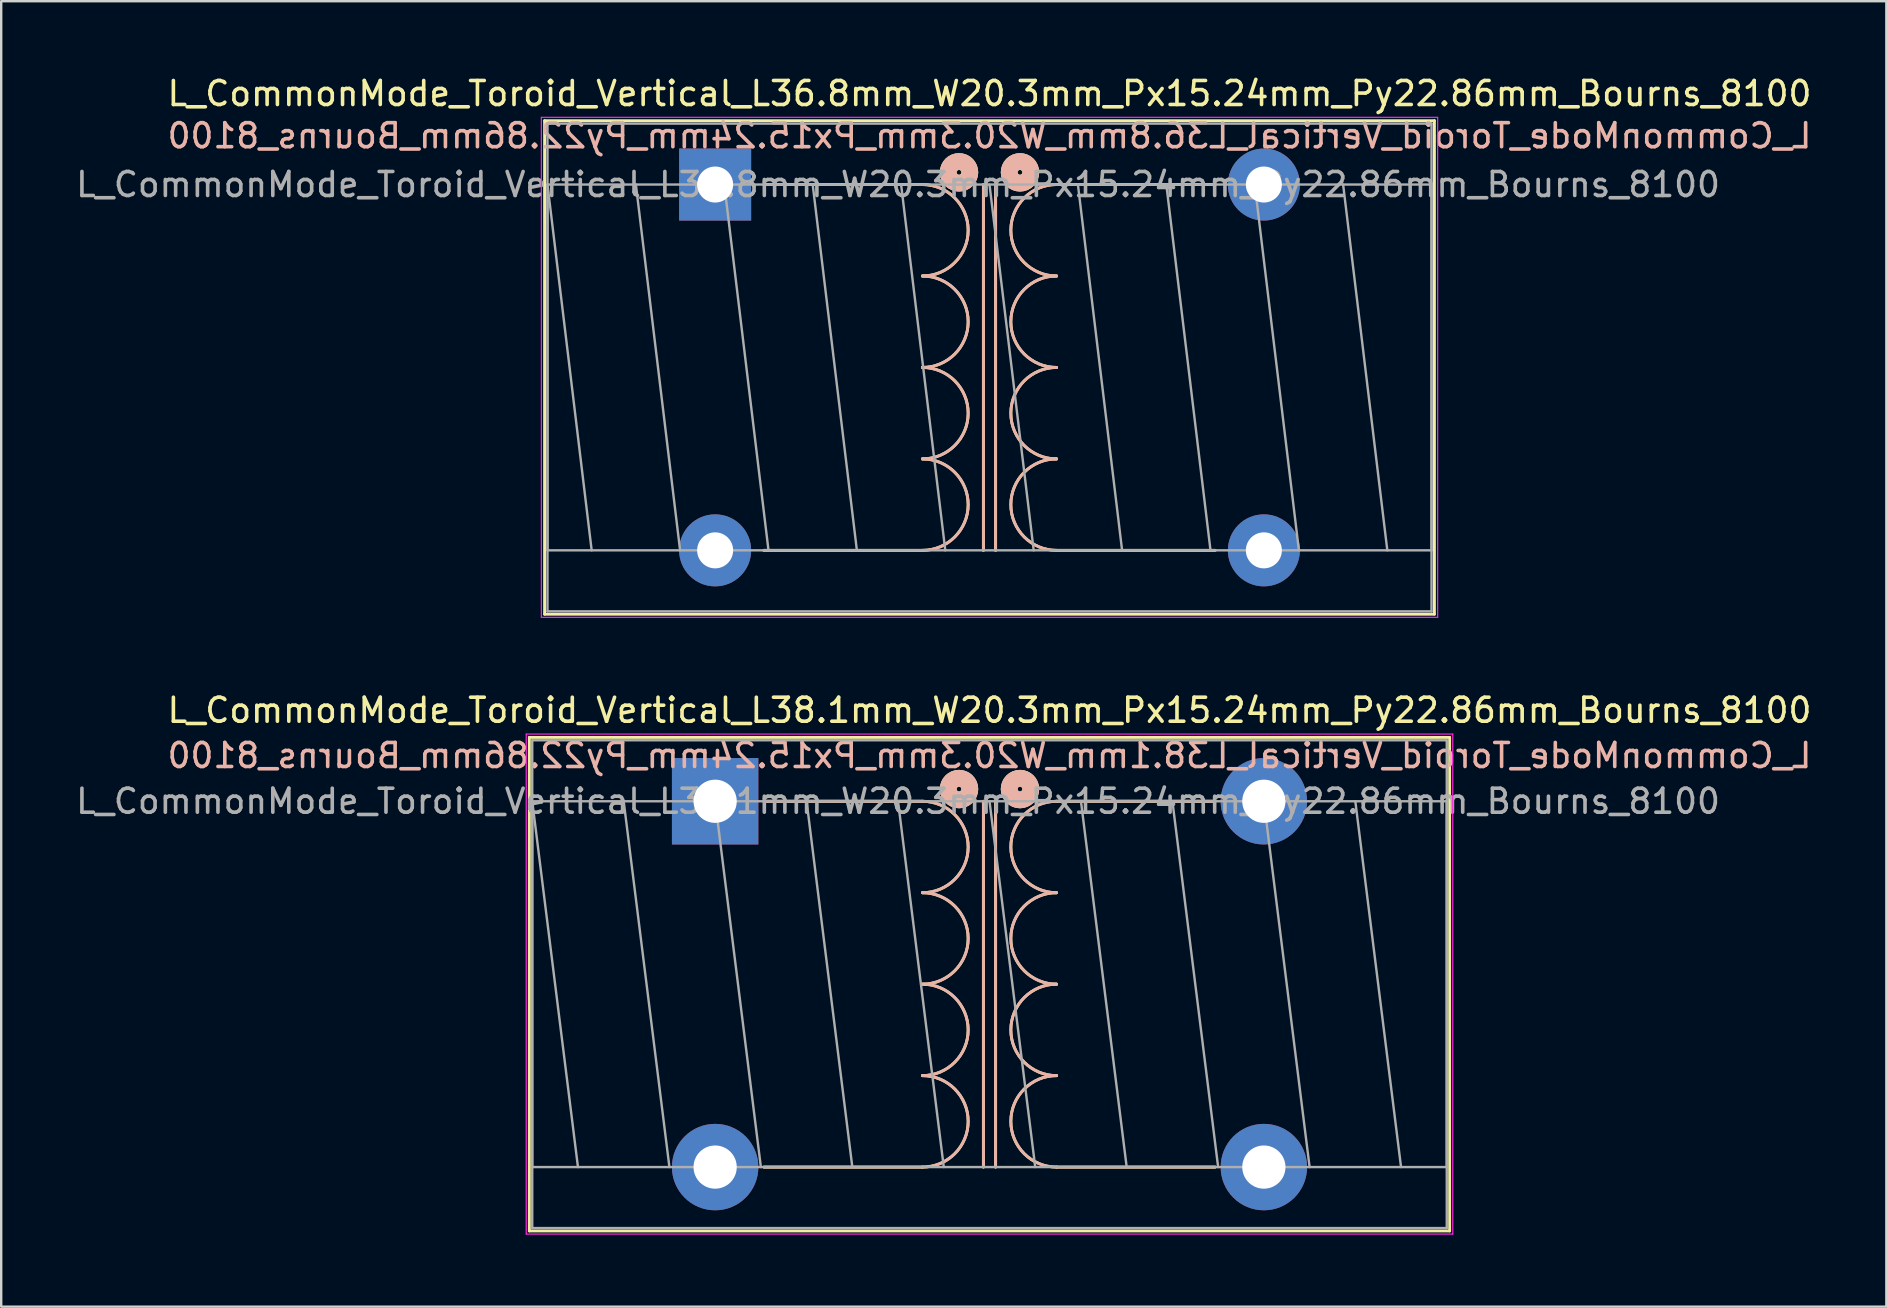
<source format=kicad_pcb>
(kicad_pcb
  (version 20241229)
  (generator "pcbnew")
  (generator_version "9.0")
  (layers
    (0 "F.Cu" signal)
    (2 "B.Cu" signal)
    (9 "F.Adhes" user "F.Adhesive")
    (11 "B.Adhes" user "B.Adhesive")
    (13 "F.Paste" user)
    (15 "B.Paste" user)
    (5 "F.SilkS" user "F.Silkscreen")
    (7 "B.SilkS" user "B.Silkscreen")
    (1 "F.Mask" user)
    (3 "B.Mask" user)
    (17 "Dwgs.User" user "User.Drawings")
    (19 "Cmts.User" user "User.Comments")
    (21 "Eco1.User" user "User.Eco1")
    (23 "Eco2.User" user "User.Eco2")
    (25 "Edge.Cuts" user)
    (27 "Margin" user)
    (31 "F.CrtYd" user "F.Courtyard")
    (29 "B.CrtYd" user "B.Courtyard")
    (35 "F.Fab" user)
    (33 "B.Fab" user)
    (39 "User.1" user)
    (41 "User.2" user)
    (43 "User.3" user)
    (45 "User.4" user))
  (footprint "L_CommonMode_Toroid_Vertical_L36.8mm_W20.3mm_Px15.24mm_Py22.86mm_Bourns_8100"
    (layer "F.Cu")
    (at 26.743 4.638)
    (property "Reference" "L_CommonMode_Toroid_Vertical_L36.8mm_W20.3mm_Px15.24mm_Py22.86mm_Bourns_8100" (at 11.43 -3.79 0) (layer "F.SilkS") (effects (font (size 1 1) (thickness 0.15))))
    (fp_line (start -7.105 -2.66) (end -7.105 17.9) (stroke (width 0.12) (type solid)) (layer "F.SilkS"))
    (fp_line (start -7.105 -2.66) (end 29.965 -2.66) (stroke (width 0.12) (type solid)) (layer "F.SilkS"))
    (fp_line (start -7.105 17.9) (end 29.965 17.9) (stroke (width 0.12) (type solid)) (layer "F.SilkS"))
    (fp_line (start 2.032 0) (end 8.636 0) (stroke (width 0.12) (type solid)) (layer "F.SilkS"))
    (fp_line (start 2.032 15.24) (end 8.636 15.24) (stroke (width 0.12) (type solid)) (layer "F.SilkS"))
    (fp_line (start 11.176 0) (end 11.176 15.24) (stroke (width 0.12) (type solid)) (layer "F.SilkS"))
    (fp_line (start 11.684 15.24) (end 11.684 0) (stroke (width 0.12) (type solid)) (layer "F.SilkS"))
    (fp_line (start 20.828 0) (end 14.224 0) (stroke (width 0.12) (type solid)) (layer "F.SilkS"))
    (fp_line (start 20.828 15.24) (end 14.224 15.24) (stroke (width 0.12) (type solid)) (layer "F.SilkS"))
    (fp_line (start 29.965 -2.66) (end 29.965 17.9) (stroke (width 0.12) (type solid)) (layer "F.SilkS"))
    (fp_arc (start 8.636 0) (mid 10.541 1.905) (end 8.636 3.81) (stroke (width 0.12) (type solid)) (layer "F.SilkS"))
    (fp_arc (start 8.636 3.81) (mid 10.541 5.715) (end 8.636 7.62) (stroke (width 0.12) (type solid)) (layer "F.SilkS"))
    (fp_arc (start 8.636 7.62) (mid 10.541 9.525) (end 8.636 11.43) (stroke (width 0.12) (type solid)) (layer "F.SilkS"))
    (fp_arc (start 8.636 11.43) (mid 10.541 13.335) (end 8.636 15.24) (stroke (width 0.12) (type solid)) (layer "F.SilkS"))
    (fp_arc (start 14.224 3.81) (mid 12.319 1.905) (end 14.224 0) (stroke (width 0.12) (type solid)) (layer "F.SilkS"))
    (fp_arc (start 14.224 7.62) (mid 12.319 5.715) (end 14.224 3.81) (stroke (width 0.12) (type solid)) (layer "F.SilkS"))
    (fp_arc (start 14.224 11.43) (mid 12.319 9.525) (end 14.224 7.62) (stroke (width 0.12) (type solid)) (layer "F.SilkS"))
    (fp_arc (start 14.224 15.24) (mid 12.319 13.335) (end 14.224 11.43) (stroke (width 0.12) (type solid)) (layer "F.SilkS"))
    (fp_circle (center 10.16 -0.508) (end 10.26 -0.508) (stroke (width 0.7) (type solid)) (fill no) (layer "F.SilkS"))
    (fp_circle (center 12.7 -0.508) (end 12.8 -0.508) (stroke (width 0.7) (type solid)) (fill no) (layer "F.SilkS"))
    (fp_line (start 2.032 0) (end 8.636 0) (stroke (width 0.12) (type solid)) (layer "B.SilkS"))
    (fp_line (start 2.032 15.24) (end 8.636 15.24) (stroke (width 0.12) (type solid)) (layer "B.SilkS"))
    (fp_line (start 11.176 15.24) (end 11.176 0) (stroke (width 0.12) (type solid)) (layer "B.SilkS"))
    (fp_line (start 11.684 0) (end 11.684 15.24) (stroke (width 0.12) (type solid)) (layer "B.SilkS"))
    (fp_line (start 20.828 0) (end 14.224 0) (stroke (width 0.12) (type solid)) (layer "B.SilkS"))
    (fp_line (start 20.828 15.24) (end 14.224 15.24) (stroke (width 0.12) (type solid)) (layer "B.SilkS"))
    (fp_arc (start 8.636 0) (mid 10.541 1.905) (end 8.636 3.81) (stroke (width 0.12) (type solid)) (layer "B.SilkS"))
    (fp_arc (start 8.636 3.81) (mid 10.541 5.715) (end 8.636 7.62) (stroke (width 0.12) (type solid)) (layer "B.SilkS"))
    (fp_arc (start 8.636 7.62) (mid 10.541 9.525) (end 8.636 11.43) (stroke (width 0.12) (type solid)) (layer "B.SilkS"))
    (fp_arc (start 8.636 11.43) (mid 10.541 13.335) (end 8.636 15.24) (stroke (width 0.12) (type solid)) (layer "B.SilkS"))
    (fp_arc (start 14.224 3.81) (mid 12.319 1.905) (end 14.224 0) (stroke (width 0.12) (type solid)) (layer "B.SilkS"))
    (fp_arc (start 14.224 7.62) (mid 12.319 5.715) (end 14.224 3.81) (stroke (width 0.12) (type solid)) (layer "B.SilkS"))
    (fp_arc (start 14.224 11.43) (mid 12.319 9.525) (end 14.224 7.62) (stroke (width 0.12) (type solid)) (layer "B.SilkS"))
    (fp_arc (start 14.224 15.24) (mid 12.319 13.335) (end 14.224 11.43) (stroke (width 0.12) (type solid)) (layer "B.SilkS"))
    (fp_circle (center 10.16 -0.508) (end 10.06 -0.508) (stroke (width 0.7) (type solid)) (fill no) (layer "B.SilkS"))
    (fp_circle (center 12.7 -0.508) (end 12.6 -0.508) (stroke (width 0.7) (type solid)) (fill no) (layer "B.SilkS"))
    (fp_line (start -7.24 -2.8) (end -7.24 18.03) (stroke (width 0.05) (type solid)) (layer "F.CrtYd"))
    (fp_line (start -7.24 18.03) (end 30.1 18.03) (stroke (width 0.05) (type solid)) (layer "F.CrtYd"))
    (fp_line (start 30.1 -2.8) (end -7.24 -2.8) (stroke (width 0.05) (type solid)) (layer "F.CrtYd"))
    (fp_line (start 30.1 18.03) (end 30.1 -2.8) (stroke (width 0.05) (type solid)) (layer "F.CrtYd"))
    (fp_line (start -6.985 -2.54) (end -6.985 17.78) (stroke (width 0.1) (type solid)) (layer "F.Fab"))
    (fp_line (start -6.985 0) (end -6.985 15.24) (stroke (width 0.1) (type solid)) (layer "F.Fab"))
    (fp_line (start -6.985 0) (end -5.144 15.24) (stroke (width 0.1) (type solid)) (layer "F.Fab"))
    (fp_line (start -6.985 15.24) (end 29.845 15.24) (stroke (width 0.1) (type solid)) (layer "F.Fab"))
    (fp_line (start -6.985 17.78) (end 29.845 17.78) (stroke (width 0.1) (type solid)) (layer "F.Fab"))
    (fp_line (start -3.302 0) (end -1.46 15.24) (stroke (width 0.1) (type solid)) (layer "F.Fab"))
    (fp_line (start 0.381 0) (end 2.223 15.24) (stroke (width 0.1) (type solid)) (layer "F.Fab"))
    (fp_line (start 4.064 0) (end 5.905 15.24) (stroke (width 0.1) (type solid)) (layer "F.Fab"))
    (fp_line (start 7.747 0) (end 9.588 15.24) (stroke (width 0.1) (type solid)) (layer "F.Fab"))
    (fp_line (start 11.43 0) (end 13.271 15.24) (stroke (width 0.1) (type solid)) (layer "F.Fab"))
    (fp_line (start 15.113 0) (end 16.954 15.24) (stroke (width 0.1) (type solid)) (layer "F.Fab"))
    (fp_line (start 18.796 0) (end 20.637 15.24) (stroke (width 0.1) (type solid)) (layer "F.Fab"))
    (fp_line (start 22.479 0) (end 24.32 15.24) (stroke (width 0.1) (type solid)) (layer "F.Fab"))
    (fp_line (start 26.162 0) (end 28.003 15.24) (stroke (width 0.1) (type solid)) (layer "F.Fab"))
    (fp_line (start 29.845 -2.54) (end -6.985 -2.54) (stroke (width 0.1) (type solid)) (layer "F.Fab"))
    (fp_line (start 29.845 0) (end -6.985 0) (stroke (width 0.1) (type solid)) (layer "F.Fab"))
    (fp_line (start 29.845 15.24) (end 29.845 0) (stroke (width 0.1) (type solid)) (layer "F.Fab"))
    (fp_line (start 29.845 17.78) (end 29.845 -2.54) (stroke (width 0.1) (type solid)) (layer "F.Fab"))
    (fp_text user "${REFERENCE}" (at 11.43 -2.032 0) (layer "B.SilkS") (effects (font (size 1 1) (thickness 0.15)) (justify mirror)))
    (fp_text user "${REFERENCE}" (at 7.62 0 0) (layer "F.Fab") (effects (font (size 1 1) (thickness 0.15))))
    (pad "1" thru_hole rect (at 0 0) (size 3 3) (drill 1.5) (layers "*.Cu" "*.Mask"))
    (pad "2" thru_hole circle (at 0 15.24) (size 3 3) (drill 1.5) (layers "*.Cu" "*.Mask"))
    (pad "3" thru_hole circle (at 22.86 15.24) (size 3 3) (drill 1.5) (layers "*.Cu" "*.Mask"))
    (pad "4" thru_hole circle (at 22.86 0) (size 3 3) (drill 1.5) (layers "*.Cu" "*.Mask")))
  (footprint "L_CommonMode_Toroid_Vertical_L38.1mm_W20.3mm_Px15.24mm_Py22.86mm_Bourns_8100"
    (layer "F.Cu")
    (at 26.743 30.331)
    (property "Reference" "L_CommonMode_Toroid_Vertical_L38.1mm_W20.3mm_Px15.24mm_Py22.86mm_Bourns_8100" (at 11.43 -3.79 0) (layer "F.SilkS") (effects (font (size 1 1) (thickness 0.15))))
    (fp_line (start -7.74 -2.66) (end -7.74 17.9) (stroke (width 0.12) (type solid)) (layer "F.SilkS"))
    (fp_line (start -7.74 -2.66) (end 30.6 -2.66) (stroke (width 0.12) (type solid)) (layer "F.SilkS"))
    (fp_line (start -7.74 17.9) (end 30.6 17.9) (stroke (width 0.12) (type solid)) (layer "F.SilkS"))
    (fp_line (start 2.032 0) (end 8.636 0) (stroke (width 0.12) (type solid)) (layer "F.SilkS"))
    (fp_line (start 2.032 15.24) (end 8.636 15.24) (stroke (width 0.12) (type solid)) (layer "F.SilkS"))
    (fp_line (start 11.176 0) (end 11.176 15.24) (stroke (width 0.12) (type solid)) (layer "F.SilkS"))
    (fp_line (start 11.684 15.24) (end 11.684 0) (stroke (width 0.12) (type solid)) (layer "F.SilkS"))
    (fp_line (start 20.828 0) (end 14.224 0) (stroke (width 0.12) (type solid)) (layer "F.SilkS"))
    (fp_line (start 20.828 15.24) (end 14.224 15.24) (stroke (width 0.12) (type solid)) (layer "F.SilkS"))
    (fp_line (start 30.6 -2.66) (end 30.6 17.9) (stroke (width 0.12) (type solid)) (layer "F.SilkS"))
    (fp_arc (start 8.636 0) (mid 10.541 1.905) (end 8.636 3.81) (stroke (width 0.12) (type solid)) (layer "F.SilkS"))
    (fp_arc (start 8.636 3.81) (mid 10.541 5.715) (end 8.636 7.62) (stroke (width 0.12) (type solid)) (layer "F.SilkS"))
    (fp_arc (start 8.636 7.62) (mid 10.541 9.525) (end 8.636 11.43) (stroke (width 0.12) (type solid)) (layer "F.SilkS"))
    (fp_arc (start 8.636 11.43) (mid 10.541 13.335) (end 8.636 15.24) (stroke (width 0.12) (type solid)) (layer "F.SilkS"))
    (fp_arc (start 14.224 3.81) (mid 12.319 1.905) (end 14.224 0) (stroke (width 0.12) (type solid)) (layer "F.SilkS"))
    (fp_arc (start 14.224 7.62) (mid 12.319 5.715) (end 14.224 3.81) (stroke (width 0.12) (type solid)) (layer "F.SilkS"))
    (fp_arc (start 14.224 11.43) (mid 12.319 9.525) (end 14.224 7.62) (stroke (width 0.12) (type solid)) (layer "F.SilkS"))
    (fp_arc (start 14.224 15.24) (mid 12.319 13.335) (end 14.224 11.43) (stroke (width 0.12) (type solid)) (layer "F.SilkS"))
    (fp_circle (center 10.16 -0.508) (end 10.26 -0.508) (stroke (width 0.7) (type solid)) (fill no) (layer "F.SilkS"))
    (fp_circle (center 12.7 -0.508) (end 12.8 -0.508) (stroke (width 0.7) (type solid)) (fill no) (layer "F.SilkS"))
    (fp_line (start 2.032 0) (end 8.636 0) (stroke (width 0.12) (type solid)) (layer "B.SilkS"))
    (fp_line (start 2.032 15.24) (end 8.636 15.24) (stroke (width 0.12) (type solid)) (layer "B.SilkS"))
    (fp_line (start 11.176 15.24) (end 11.176 0) (stroke (width 0.12) (type solid)) (layer "B.SilkS"))
    (fp_line (start 11.684 0) (end 11.684 15.24) (stroke (width 0.12) (type solid)) (layer "B.SilkS"))
    (fp_line (start 20.828 0) (end 14.224 0) (stroke (width 0.12) (type solid)) (layer "B.SilkS"))
    (fp_line (start 20.828 15.24) (end 14.224 15.24) (stroke (width 0.12) (type solid)) (layer "B.SilkS"))
    (fp_arc (start 8.636 0) (mid 10.541 1.905) (end 8.636 3.81) (stroke (width 0.12) (type solid)) (layer "B.SilkS"))
    (fp_arc (start 8.636 3.81) (mid 10.541 5.715) (end 8.636 7.62) (stroke (width 0.12) (type solid)) (layer "B.SilkS"))
    (fp_arc (start 8.636 7.62) (mid 10.541 9.525) (end 8.636 11.43) (stroke (width 0.12) (type solid)) (layer "B.SilkS"))
    (fp_arc (start 8.636 11.43) (mid 10.541 13.335) (end 8.636 15.24) (stroke (width 0.12) (type solid)) (layer "B.SilkS"))
    (fp_arc (start 14.224 3.81) (mid 12.319 1.905) (end 14.224 0) (stroke (width 0.12) (type solid)) (layer "B.SilkS"))
    (fp_arc (start 14.224 7.62) (mid 12.319 5.715) (end 14.224 3.81) (stroke (width 0.12) (type solid)) (layer "B.SilkS"))
    (fp_arc (start 14.224 11.43) (mid 12.319 9.525) (end 14.224 7.62) (stroke (width 0.12) (type solid)) (layer "B.SilkS"))
    (fp_arc (start 14.224 15.24) (mid 12.319 13.335) (end 14.224 11.43) (stroke (width 0.12) (type solid)) (layer "B.SilkS"))
    (fp_circle (center 10.16 -0.508) (end 10.06 -0.508) (stroke (width 0.7) (type solid)) (fill no) (layer "B.SilkS"))
    (fp_circle (center 12.7 -0.508) (end 12.6 -0.508) (stroke (width 0.7) (type solid)) (fill no) (layer "B.SilkS"))
    (fp_line (start -7.87 -2.8) (end -7.87 18.03) (stroke (width 0.05) (type solid)) (layer "F.CrtYd"))
    (fp_line (start -7.87 18.03) (end 30.73 18.03) (stroke (width 0.05) (type solid)) (layer "F.CrtYd"))
    (fp_line (start 30.73 -2.8) (end -7.87 -2.8) (stroke (width 0.05) (type solid)) (layer "F.CrtYd"))
    (fp_line (start 30.73 18.03) (end 30.73 -2.8) (stroke (width 0.05) (type solid)) (layer "F.CrtYd"))
    (fp_line (start -7.62 -2.54) (end -7.62 17.78) (stroke (width 0.1) (type solid)) (layer "F.Fab"))
    (fp_line (start -7.62 0) (end -7.62 15.24) (stroke (width 0.1) (type solid)) (layer "F.Fab"))
    (fp_line (start -7.62 0) (end -5.715 15.24) (stroke (width 0.1) (type solid)) (layer "F.Fab"))
    (fp_line (start -7.62 15.24) (end 30.48 15.24) (stroke (width 0.1) (type solid)) (layer "F.Fab"))
    (fp_line (start -7.62 17.78) (end 30.48 17.78) (stroke (width 0.1) (type solid)) (layer "F.Fab"))
    (fp_line (start -3.81 0) (end -1.905 15.24) (stroke (width 0.1) (type solid)) (layer "F.Fab"))
    (fp_line (start 0 0) (end 1.905 15.24) (stroke (width 0.1) (type solid)) (layer "F.Fab"))
    (fp_line (start 3.81 0) (end 5.715 15.24) (stroke (width 0.1) (type solid)) (layer "F.Fab"))
    (fp_line (start 7.62 0) (end 9.525 15.24) (stroke (width 0.1) (type solid)) (layer "F.Fab"))
    (fp_line (start 11.43 0) (end 13.335 15.24) (stroke (width 0.1) (type solid)) (layer "F.Fab"))
    (fp_line (start 15.24 0) (end 17.145 15.24) (stroke (width 0.1) (type solid)) (layer "F.Fab"))
    (fp_line (start 19.05 0) (end 20.955 15.24) (stroke (width 0.1) (type solid)) (layer "F.Fab"))
    (fp_line (start 22.86 0) (end 24.765 15.24) (stroke (width 0.1) (type solid)) (layer "F.Fab"))
    (fp_line (start 26.67 0) (end 28.575 15.24) (stroke (width 0.1) (type solid)) (layer "F.Fab"))
    (fp_line (start 30.48 -2.54) (end -7.62 -2.54) (stroke (width 0.1) (type solid)) (layer "F.Fab"))
    (fp_line (start 30.48 0) (end -7.62 0) (stroke (width 0.1) (type solid)) (layer "F.Fab"))
    (fp_line (start 30.48 15.24) (end 30.48 0) (stroke (width 0.1) (type solid)) (layer "F.Fab"))
    (fp_line (start 30.48 17.78) (end 30.48 -2.54) (stroke (width 0.1) (type solid)) (layer "F.Fab"))
    (fp_text user "${REFERENCE}" (at 11.43 -1.905 0) (layer "B.SilkS") (effects (font (size 1 1) (thickness 0.15)) (justify mirror)))
    (fp_text user "${REFERENCE}" (at 7.62 0 0) (layer "F.Fab") (effects (font (size 1 1) (thickness 0.15))))
    (pad "1" thru_hole rect (at 0 0) (size 3.6 3.6) (drill 1.8) (layers "*.Cu" "*.Mask"))
    (pad "2" thru_hole circle (at 0 15.24) (size 3.6 3.6) (drill 1.8) (layers "*.Cu" "*.Mask"))
    (pad "3" thru_hole circle (at 22.86 15.24) (size 3.6 3.6) (drill 1.8) (layers "*.Cu" "*.Mask"))
    (pad "4" thru_hole circle (at 22.86 0) (size 3.6 3.6) (drill 1.8) (layers "*.Cu" "*.Mask")))
  (gr_rect
    (start -3 -3)
    (end 75.536 51.386)
    (stroke (width 0.1) (type default))
    (fill no)
    (layer "Edge.Cuts")))
</source>
